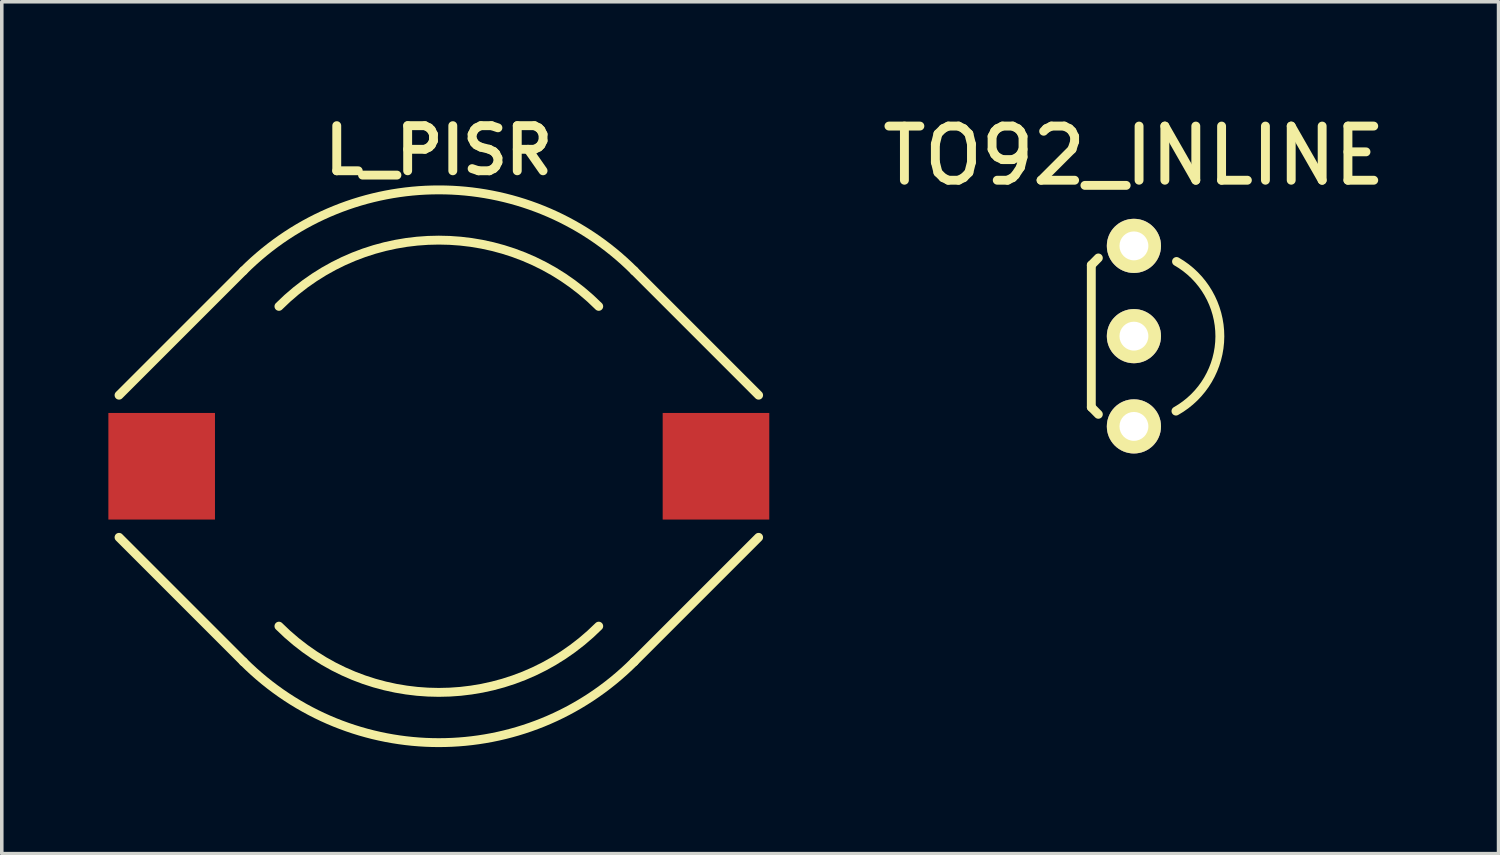
<source format=kicad_pcb>
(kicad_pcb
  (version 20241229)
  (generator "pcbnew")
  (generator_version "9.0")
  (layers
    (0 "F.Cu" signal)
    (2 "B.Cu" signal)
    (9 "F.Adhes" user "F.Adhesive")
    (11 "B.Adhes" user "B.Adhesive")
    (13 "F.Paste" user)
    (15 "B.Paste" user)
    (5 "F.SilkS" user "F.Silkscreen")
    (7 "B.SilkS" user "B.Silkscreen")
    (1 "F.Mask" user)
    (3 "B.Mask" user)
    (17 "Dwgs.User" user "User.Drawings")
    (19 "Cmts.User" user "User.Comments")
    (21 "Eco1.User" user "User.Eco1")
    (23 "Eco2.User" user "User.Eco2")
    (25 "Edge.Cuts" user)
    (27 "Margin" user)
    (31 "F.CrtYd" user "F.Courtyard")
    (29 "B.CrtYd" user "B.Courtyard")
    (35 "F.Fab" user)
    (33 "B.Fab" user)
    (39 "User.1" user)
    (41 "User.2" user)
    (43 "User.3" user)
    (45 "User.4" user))
  (footprint "TO92_INLINE"
    (layer "F.Cu")
    (at 28.862 6.41)
    (property "Reference" "TO92_INLINE" (at 0 -5.08 0) (layer "F.SilkS") (effects (font (size 1.524 1.524) (thickness 0.25))))
    (attr through_hole)
    (fp_line (start -1.199 -1.999) (end -1.001 -2.2) (stroke (width 0.25) (type solid)) (layer "F.SilkS"))
    (fp_line (start -1.199 1.999) (end -1.199 -1.999) (stroke (width 0.25) (type solid)) (layer "F.SilkS"))
    (fp_line (start -1.199 1.999) (end -1.001 2.2) (stroke (width 0.25) (type solid)) (layer "F.SilkS"))
    (fp_arc (start 1.19888 -2.10058) (mid 2.418609 0.009077) (end 1.18308 2.109519) (stroke (width 0.25) (type solid)) (layer "F.SilkS"))
    (pad "1" thru_hole circle (at 0 -2.54) (size 1.524 1.524) (drill 0.813) (layers "*.Cu" "*.Mask" "F.SilkS"))
    (pad "2" thru_hole circle (at 0 0) (size 1.524 1.524) (drill 0.813) (layers "*.Cu" "*.Mask" "F.SilkS"))
    (pad "3" thru_hole circle (at 0 2.54) (size 1.524 1.524) (drill 0.813) (layers "*.Cu" "*.Mask" "F.SilkS")))
  (footprint "L_PISR"
    (placed yes)
    (layer "F.Cu")
    (at 9.3 10.072)
    (property "Reference" "L_PISR" (at 0 -8.89 0) (layer "F.SilkS") (effects (font (size 1.27 1.27) (thickness 0.25))))
    (attr through_hole)
    (fp_line (start -5.5 -5.5) (end -9 -2) (stroke (width 0.25) (type solid)) (layer "F.SilkS"))
    (fp_line (start -5.5 5.5) (end -9 2) (stroke (width 0.25) (type solid)) (layer "F.SilkS"))
    (fp_line (start 5.5 -5.5) (end 9 -2) (stroke (width 0.25) (type solid)) (layer "F.SilkS"))
    (fp_line (start 5.5 5.5) (end 9 2) (stroke (width 0.25) (type solid)) (layer "F.SilkS"))
    (fp_arc (start -5.5 -5.5) (mid 0 -7.778175) (end 5.5 -5.5) (stroke (width 0.25) (type solid)) (layer "F.SilkS"))
    (fp_arc (start -4.5 -4.5) (mid 0 -6.363961) (end 4.5 -4.5) (stroke (width 0.25) (type solid)) (layer "F.SilkS"))
    (fp_arc (start 4.5 4.5) (mid 0 6.363961) (end -4.5 4.5) (stroke (width 0.25) (type solid)) (layer "F.SilkS"))
    (fp_arc (start 5.5 5.5) (mid 0 7.778175) (end -5.5 5.5) (stroke (width 0.25) (type solid)) (layer "F.SilkS"))
    (pad "1" smd rect (at -7.8 0) (size 3 3) (layers "F.Cu" "F.Mask" "F.Paste"))
    (pad "2" smd rect (at 7.8 0) (size 3 3) (layers "F.Cu" "F.Mask" "F.Paste")))
  (gr_rect
    (start -3 -3)
    (end 39.124 20.975)
    (stroke (width 0.1) (type default))
    (fill no)
    (layer "Edge.Cuts")))
</source>
